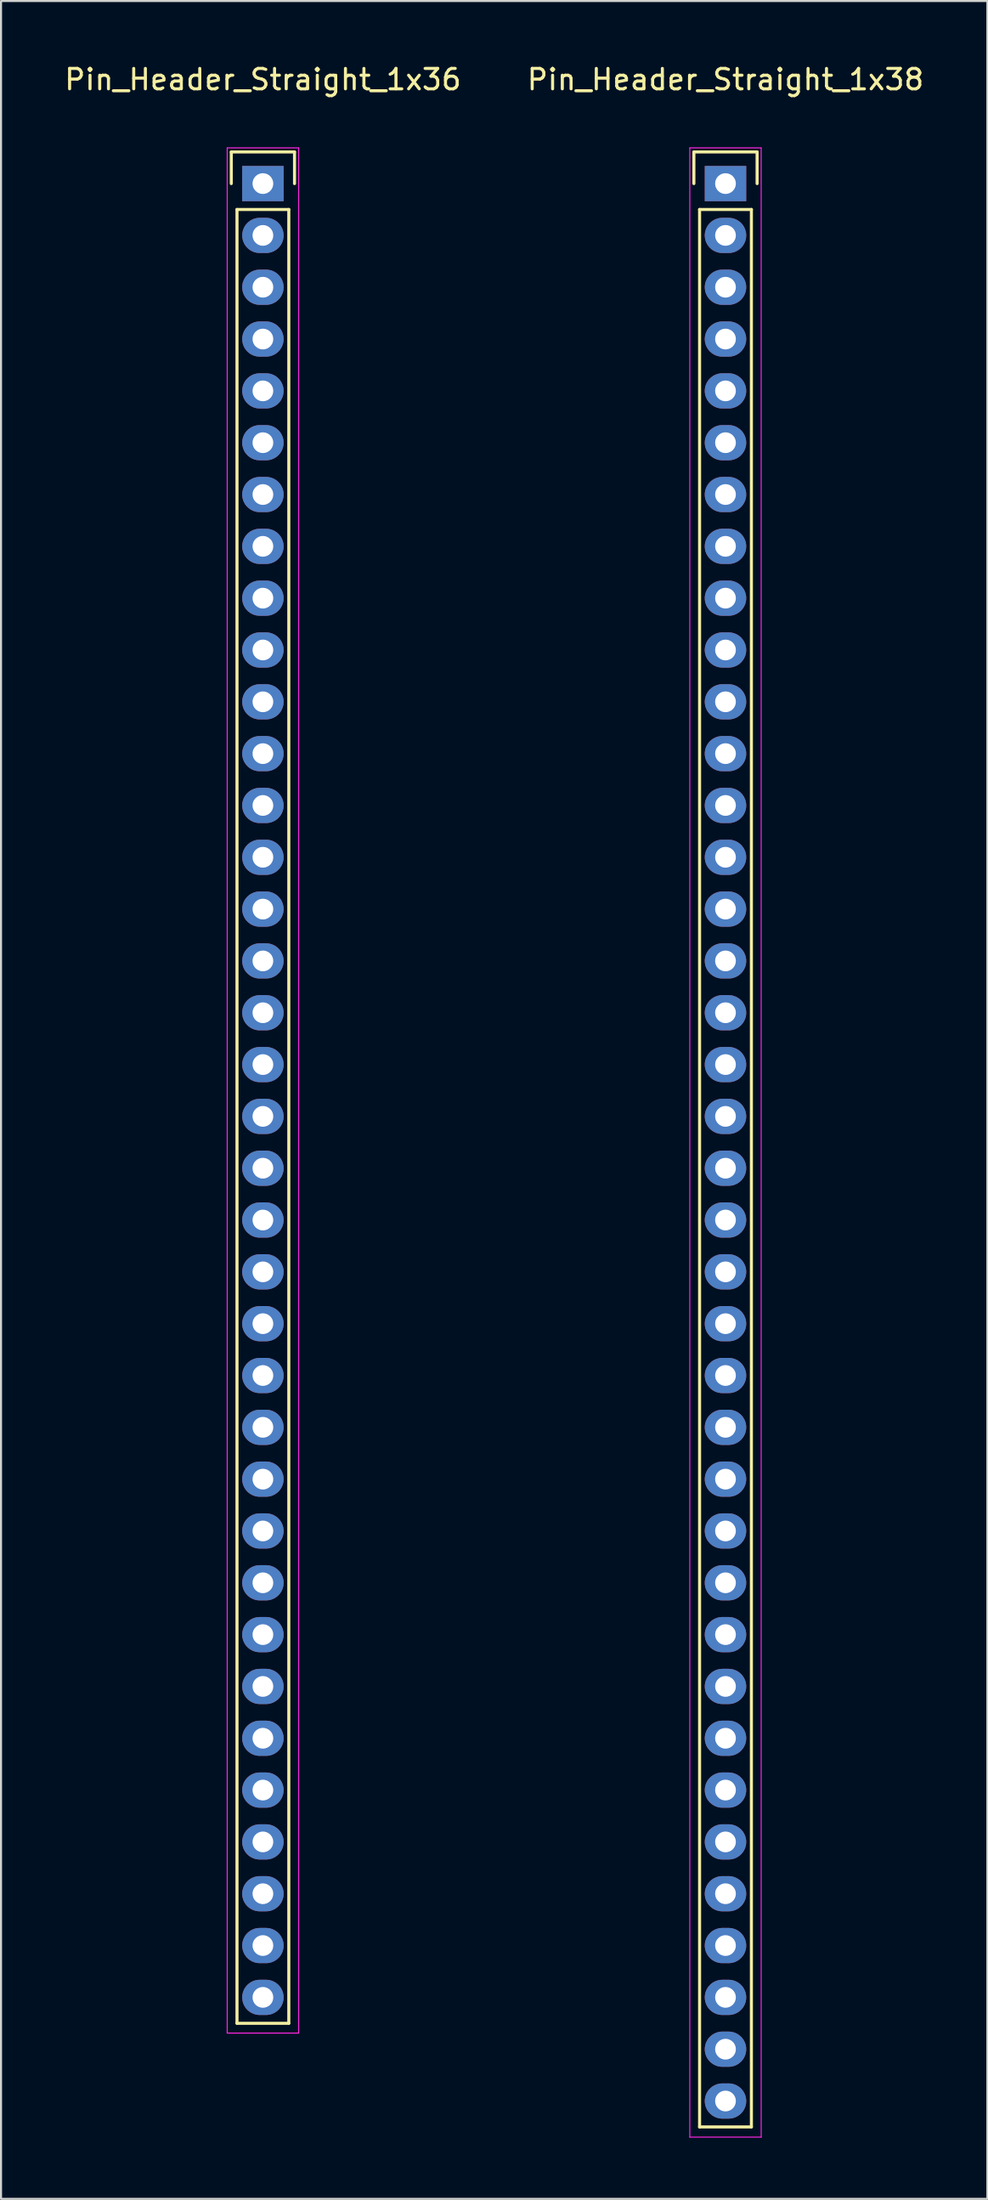
<source format=kicad_pcb>
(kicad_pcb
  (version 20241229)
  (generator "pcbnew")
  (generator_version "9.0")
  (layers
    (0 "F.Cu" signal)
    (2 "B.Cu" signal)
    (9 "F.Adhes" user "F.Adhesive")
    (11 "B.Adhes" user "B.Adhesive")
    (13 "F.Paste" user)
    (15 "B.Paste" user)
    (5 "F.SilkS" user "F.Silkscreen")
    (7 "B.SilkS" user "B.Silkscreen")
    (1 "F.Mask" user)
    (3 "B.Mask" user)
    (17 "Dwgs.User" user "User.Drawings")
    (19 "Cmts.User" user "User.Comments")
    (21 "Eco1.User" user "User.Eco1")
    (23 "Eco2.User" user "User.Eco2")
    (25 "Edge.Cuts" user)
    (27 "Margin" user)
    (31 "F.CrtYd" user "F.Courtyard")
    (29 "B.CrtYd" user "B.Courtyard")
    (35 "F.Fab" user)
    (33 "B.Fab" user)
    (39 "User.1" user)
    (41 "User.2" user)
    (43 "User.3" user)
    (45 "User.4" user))
  (footprint "Pin_Header_Straight_1x36"
    (layer "F.Cu")
    (at 9.839 5.948)
    (property "Reference" "Pin_Header_Straight_1x36" (at 0 -5.1 0) (layer "F.SilkS") (effects (font (size 1 1) (thickness 0.15))))
    (attr through_hole)
    (fp_line (start -1.55 -1.55) (end 1.55 -1.55) (stroke (width 0.15) (type solid)) (layer "F.SilkS"))
    (fp_line (start -1.55 0) (end -1.55 -1.55) (stroke (width 0.15) (type solid)) (layer "F.SilkS"))
    (fp_line (start -1.27 1.27) (end -1.27 90.17) (stroke (width 0.15) (type solid)) (layer "F.SilkS"))
    (fp_line (start -1.27 90.17) (end 1.27 90.17) (stroke (width 0.15) (type solid)) (layer "F.SilkS"))
    (fp_line (start 1.27 1.27) (end -1.27 1.27) (stroke (width 0.15) (type solid)) (layer "F.SilkS"))
    (fp_line (start 1.27 90.17) (end 1.27 1.27) (stroke (width 0.15) (type solid)) (layer "F.SilkS"))
    (fp_line (start 1.55 -1.55) (end 1.55 0) (stroke (width 0.15) (type solid)) (layer "F.SilkS"))
    (fp_line (start -1.75 -1.75) (end -1.75 90.65) (stroke (width 0.05) (type solid)) (layer "F.CrtYd"))
    (fp_line (start -1.75 -1.75) (end 1.75 -1.75) (stroke (width 0.05) (type solid)) (layer "F.CrtYd"))
    (fp_line (start -1.75 90.65) (end 1.75 90.65) (stroke (width 0.05) (type solid)) (layer "F.CrtYd"))
    (fp_line (start 1.75 -1.75) (end 1.75 90.65) (stroke (width 0.05) (type solid)) (layer "F.CrtYd"))
    (pad "1" thru_hole rect (at 0 0) (size 2.032 1.727) (drill 1.016) (layers "*.Cu" "*.Mask"))
    (pad "2" thru_hole oval (at 0 2.54) (size 2.032 1.727) (drill 1.016) (layers "*.Cu" "*.Mask"))
    (pad "3" thru_hole oval (at 0 5.08) (size 2.032 1.727) (drill 1.016) (layers "*.Cu" "*.Mask"))
    (pad "4" thru_hole oval (at 0 7.62) (size 2.032 1.727) (drill 1.016) (layers "*.Cu" "*.Mask"))
    (pad "5" thru_hole oval (at 0 10.16) (size 2.032 1.727) (drill 1.016) (layers "*.Cu" "*.Mask"))
    (pad "6" thru_hole oval (at 0 12.7) (size 2.032 1.727) (drill 1.016) (layers "*.Cu" "*.Mask"))
    (pad "7" thru_hole oval (at 0 15.24) (size 2.032 1.727) (drill 1.016) (layers "*.Cu" "*.Mask"))
    (pad "8" thru_hole oval (at 0 17.78) (size 2.032 1.727) (drill 1.016) (layers "*.Cu" "*.Mask"))
    (pad "9" thru_hole oval (at 0 20.32) (size 2.032 1.727) (drill 1.016) (layers "*.Cu" "*.Mask"))
    (pad "10" thru_hole oval (at 0 22.86) (size 2.032 1.727) (drill 1.016) (layers "*.Cu" "*.Mask"))
    (pad "11" thru_hole oval (at 0 25.4) (size 2.032 1.727) (drill 1.016) (layers "*.Cu" "*.Mask"))
    (pad "12" thru_hole oval (at 0 27.94) (size 2.032 1.727) (drill 1.016) (layers "*.Cu" "*.Mask"))
    (pad "13" thru_hole oval (at 0 30.48) (size 2.032 1.727) (drill 1.016) (layers "*.Cu" "*.Mask"))
    (pad "14" thru_hole oval (at 0 33.02) (size 2.032 1.727) (drill 1.016) (layers "*.Cu" "*.Mask"))
    (pad "15" thru_hole oval (at 0 35.56) (size 2.032 1.727) (drill 1.016) (layers "*.Cu" "*.Mask"))
    (pad "16" thru_hole oval (at 0 38.1) (size 2.032 1.727) (drill 1.016) (layers "*.Cu" "*.Mask"))
    (pad "17" thru_hole oval (at 0 40.64) (size 2.032 1.727) (drill 1.016) (layers "*.Cu" "*.Mask"))
    (pad "18" thru_hole oval (at 0 43.18) (size 2.032 1.727) (drill 1.016) (layers "*.Cu" "*.Mask"))
    (pad "19" thru_hole oval (at 0 45.72) (size 2.032 1.727) (drill 1.016) (layers "*.Cu" "*.Mask"))
    (pad "20" thru_hole oval (at 0 48.26) (size 2.032 1.727) (drill 1.016) (layers "*.Cu" "*.Mask"))
    (pad "21" thru_hole oval (at 0 50.8) (size 2.032 1.727) (drill 1.016) (layers "*.Cu" "*.Mask"))
    (pad "22" thru_hole oval (at 0 53.34) (size 2.032 1.727) (drill 1.016) (layers "*.Cu" "*.Mask"))
    (pad "23" thru_hole oval (at 0 55.88) (size 2.032 1.727) (drill 1.016) (layers "*.Cu" "*.Mask"))
    (pad "24" thru_hole oval (at 0 58.42) (size 2.032 1.727) (drill 1.016) (layers "*.Cu" "*.Mask"))
    (pad "25" thru_hole oval (at 0 60.96) (size 2.032 1.727) (drill 1.016) (layers "*.Cu" "*.Mask"))
    (pad "26" thru_hole oval (at 0 63.5) (size 2.032 1.727) (drill 1.016) (layers "*.Cu" "*.Mask"))
    (pad "27" thru_hole oval (at 0 66.04) (size 2.032 1.727) (drill 1.016) (layers "*.Cu" "*.Mask"))
    (pad "28" thru_hole oval (at 0 68.58) (size 2.032 1.727) (drill 1.016) (layers "*.Cu" "*.Mask"))
    (pad "29" thru_hole oval (at 0 71.12) (size 2.032 1.727) (drill 1.016) (layers "*.Cu" "*.Mask"))
    (pad "30" thru_hole oval (at 0 73.66) (size 2.032 1.727) (drill 1.016) (layers "*.Cu" "*.Mask"))
    (pad "31" thru_hole oval (at 0 76.2) (size 2.032 1.727) (drill 1.016) (layers "*.Cu" "*.Mask"))
    (pad "32" thru_hole oval (at 0 78.74) (size 2.032 1.727) (drill 1.016) (layers "*.Cu" "*.Mask"))
    (pad "33" thru_hole oval (at 0 81.28) (size 2.032 1.727) (drill 1.016) (layers "*.Cu" "*.Mask"))
    (pad "34" thru_hole oval (at 0 83.82) (size 2.032 1.727) (drill 1.016) (layers "*.Cu" "*.Mask"))
    (pad "35" thru_hole oval (at 0 86.36) (size 2.032 1.727) (drill 1.016) (layers "*.Cu" "*.Mask"))
    (pad "36" thru_hole oval (at 0 88.9) (size 2.032 1.727) (drill 1.016) (layers "*.Cu" "*.Mask")))
  (footprint "Pin_Header_Straight_1x38"
    (layer "F.Cu")
    (at 32.518 5.948)
    (property "Reference" "Pin_Header_Straight_1x38" (at 0 -5.1 0) (layer "F.SilkS") (effects (font (size 1 1) (thickness 0.15))))
    (attr through_hole)
    (fp_line (start -1.55 -1.55) (end 1.55 -1.55) (stroke (width 0.15) (type solid)) (layer "F.SilkS"))
    (fp_line (start -1.55 0) (end -1.55 -1.55) (stroke (width 0.15) (type solid)) (layer "F.SilkS"))
    (fp_line (start -1.27 1.27) (end -1.27 95.25) (stroke (width 0.15) (type solid)) (layer "F.SilkS"))
    (fp_line (start -1.27 95.25) (end 1.27 95.25) (stroke (width 0.15) (type solid)) (layer "F.SilkS"))
    (fp_line (start 1.27 1.27) (end -1.27 1.27) (stroke (width 0.15) (type solid)) (layer "F.SilkS"))
    (fp_line (start 1.27 95.25) (end 1.27 1.27) (stroke (width 0.15) (type solid)) (layer "F.SilkS"))
    (fp_line (start 1.55 -1.55) (end 1.55 0) (stroke (width 0.15) (type solid)) (layer "F.SilkS"))
    (fp_line (start -1.75 -1.75) (end -1.75 95.75) (stroke (width 0.05) (type solid)) (layer "F.CrtYd"))
    (fp_line (start -1.75 -1.75) (end 1.75 -1.75) (stroke (width 0.05) (type solid)) (layer "F.CrtYd"))
    (fp_line (start -1.75 95.75) (end 1.75 95.75) (stroke (width 0.05) (type solid)) (layer "F.CrtYd"))
    (fp_line (start 1.75 -1.75) (end 1.75 95.75) (stroke (width 0.05) (type solid)) (layer "F.CrtYd"))
    (pad "1" thru_hole rect (at 0 0) (size 2.032 1.727) (drill 1.016) (layers "*.Cu" "*.Mask"))
    (pad "2" thru_hole oval (at 0 2.54) (size 2.032 1.727) (drill 1.016) (layers "*.Cu" "*.Mask"))
    (pad "3" thru_hole oval (at 0 5.08) (size 2.032 1.727) (drill 1.016) (layers "*.Cu" "*.Mask"))
    (pad "4" thru_hole oval (at 0 7.62) (size 2.032 1.727) (drill 1.016) (layers "*.Cu" "*.Mask"))
    (pad "5" thru_hole oval (at 0 10.16) (size 2.032 1.727) (drill 1.016) (layers "*.Cu" "*.Mask"))
    (pad "6" thru_hole oval (at 0 12.7) (size 2.032 1.727) (drill 1.016) (layers "*.Cu" "*.Mask"))
    (pad "7" thru_hole oval (at 0 15.24) (size 2.032 1.727) (drill 1.016) (layers "*.Cu" "*.Mask"))
    (pad "8" thru_hole oval (at 0 17.78) (size 2.032 1.727) (drill 1.016) (layers "*.Cu" "*.Mask"))
    (pad "9" thru_hole oval (at 0 20.32) (size 2.032 1.727) (drill 1.016) (layers "*.Cu" "*.Mask"))
    (pad "10" thru_hole oval (at 0 22.86) (size 2.032 1.727) (drill 1.016) (layers "*.Cu" "*.Mask"))
    (pad "11" thru_hole oval (at 0 25.4) (size 2.032 1.727) (drill 1.016) (layers "*.Cu" "*.Mask"))
    (pad "12" thru_hole oval (at 0 27.94) (size 2.032 1.727) (drill 1.016) (layers "*.Cu" "*.Mask"))
    (pad "13" thru_hole oval (at 0 30.48) (size 2.032 1.727) (drill 1.016) (layers "*.Cu" "*.Mask"))
    (pad "14" thru_hole oval (at 0 33.02) (size 2.032 1.727) (drill 1.016) (layers "*.Cu" "*.Mask"))
    (pad "15" thru_hole oval (at 0 35.56) (size 2.032 1.727) (drill 1.016) (layers "*.Cu" "*.Mask"))
    (pad "16" thru_hole oval (at 0 38.1) (size 2.032 1.727) (drill 1.016) (layers "*.Cu" "*.Mask"))
    (pad "17" thru_hole oval (at 0 40.64) (size 2.032 1.727) (drill 1.016) (layers "*.Cu" "*.Mask"))
    (pad "18" thru_hole oval (at 0 43.18) (size 2.032 1.727) (drill 1.016) (layers "*.Cu" "*.Mask"))
    (pad "19" thru_hole oval (at 0 45.72) (size 2.032 1.727) (drill 1.016) (layers "*.Cu" "*.Mask"))
    (pad "20" thru_hole oval (at 0 48.26) (size 2.032 1.727) (drill 1.016) (layers "*.Cu" "*.Mask"))
    (pad "21" thru_hole oval (at 0 50.8) (size 2.032 1.727) (drill 1.016) (layers "*.Cu" "*.Mask"))
    (pad "22" thru_hole oval (at 0 53.34) (size 2.032 1.727) (drill 1.016) (layers "*.Cu" "*.Mask"))
    (pad "23" thru_hole oval (at 0 55.88) (size 2.032 1.727) (drill 1.016) (layers "*.Cu" "*.Mask"))
    (pad "24" thru_hole oval (at 0 58.42) (size 2.032 1.727) (drill 1.016) (layers "*.Cu" "*.Mask"))
    (pad "25" thru_hole oval (at 0 60.96) (size 2.032 1.727) (drill 1.016) (layers "*.Cu" "*.Mask"))
    (pad "26" thru_hole oval (at 0 63.5) (size 2.032 1.727) (drill 1.016) (layers "*.Cu" "*.Mask"))
    (pad "27" thru_hole oval (at 0 66.04) (size 2.032 1.727) (drill 1.016) (layers "*.Cu" "*.Mask"))
    (pad "28" thru_hole oval (at 0 68.58) (size 2.032 1.727) (drill 1.016) (layers "*.Cu" "*.Mask"))
    (pad "29" thru_hole oval (at 0 71.12) (size 2.032 1.727) (drill 1.016) (layers "*.Cu" "*.Mask"))
    (pad "30" thru_hole oval (at 0 73.66) (size 2.032 1.727) (drill 1.016) (layers "*.Cu" "*.Mask"))
    (pad "31" thru_hole oval (at 0 76.2) (size 2.032 1.727) (drill 1.016) (layers "*.Cu" "*.Mask"))
    (pad "32" thru_hole oval (at 0 78.74) (size 2.032 1.727) (drill 1.016) (layers "*.Cu" "*.Mask"))
    (pad "33" thru_hole oval (at 0 81.28) (size 2.032 1.727) (drill 1.016) (layers "*.Cu" "*.Mask"))
    (pad "34" thru_hole oval (at 0 83.82) (size 2.032 1.727) (drill 1.016) (layers "*.Cu" "*.Mask"))
    (pad "35" thru_hole oval (at 0 86.36) (size 2.032 1.727) (drill 1.016) (layers "*.Cu" "*.Mask"))
    (pad "36" thru_hole oval (at 0 88.9) (size 2.032 1.727) (drill 1.016) (layers "*.Cu" "*.Mask"))
    (pad "37" thru_hole oval (at 0 91.44) (size 2.032 1.727) (drill 1.016) (layers "*.Cu" "*.Mask"))
    (pad "38" thru_hole oval (at 0 93.98) (size 2.032 1.727) (drill 1.016) (layers "*.Cu" "*.Mask")))
  (gr_rect
    (start -3 -3)
    (end 45.357 104.723)
    (stroke (width 0.1) (type default))
    (fill no)
    (layer "Edge.Cuts")))
</source>
